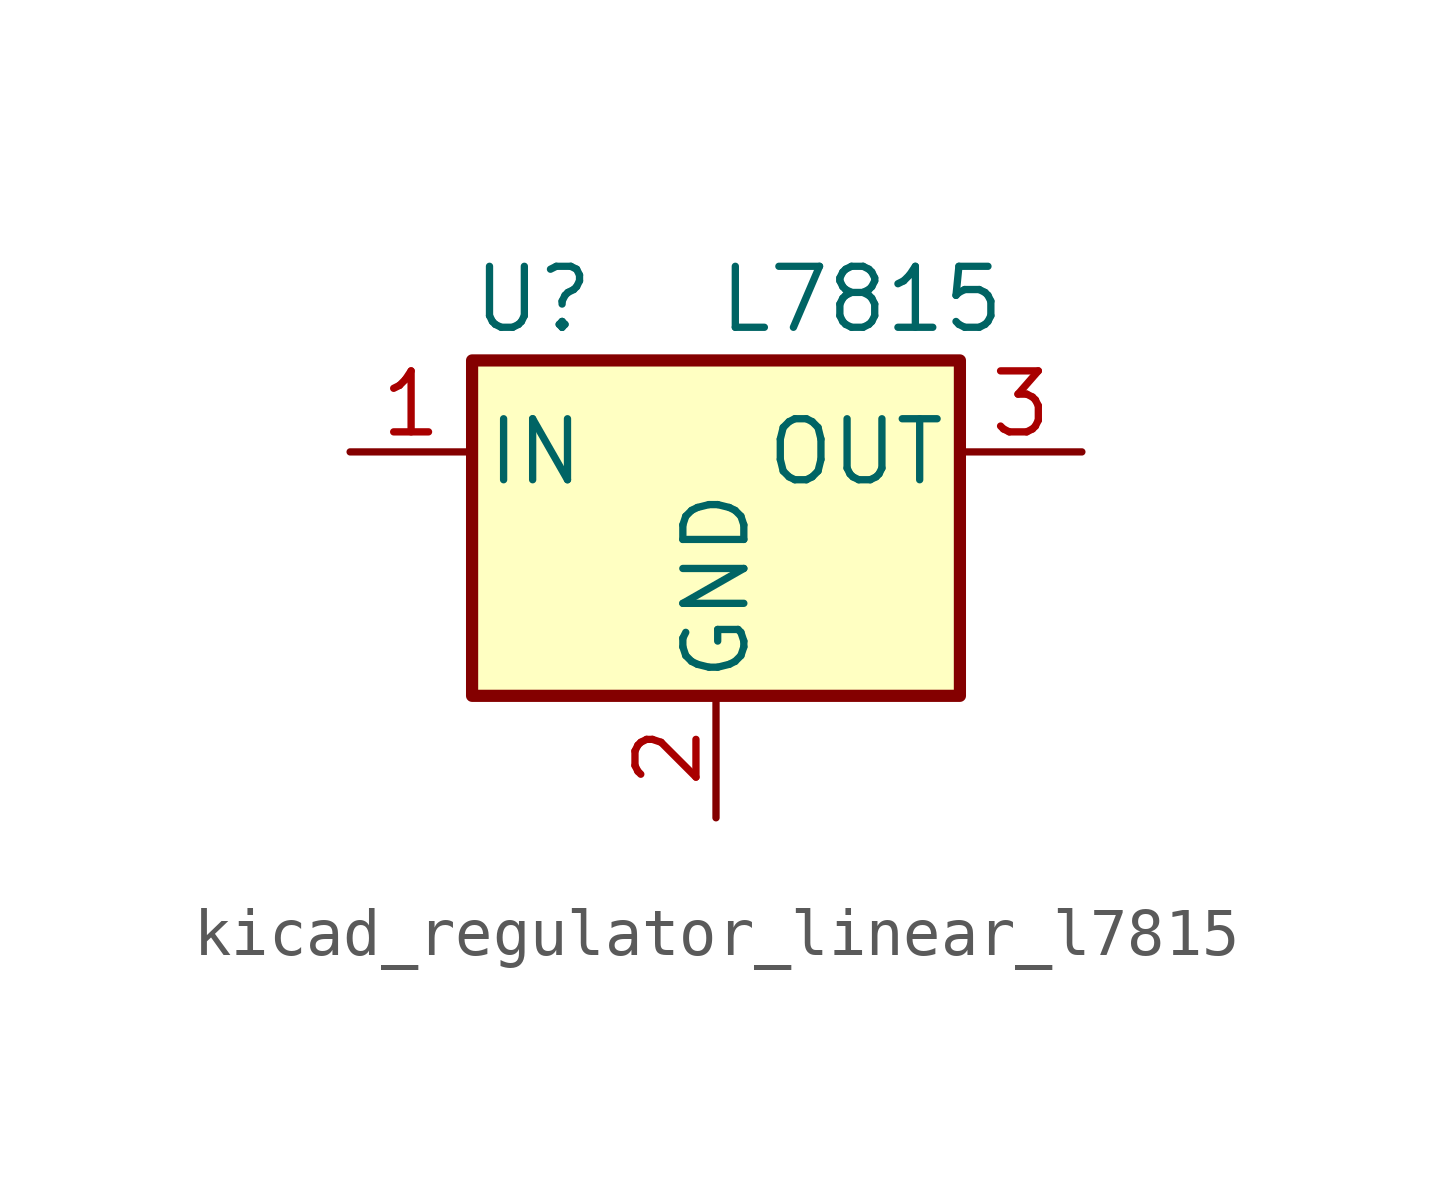
<source format=kicad_sym>
(kicad_symbol_lib
  (version 20220914)
  (generator kicad_symbol_editor)
  (symbol "kicad_regulator_linear_l7815"
    (pin_names
      (offset 0.254))
    (property "Reference" "U"
      (at -3.81 3.175 0)
      (effects (font (size 1.27 1.27))))
    (property "Value" "L7815"
      (at 0 3.175 0)
      (effects (font (size 1.27 1.27)) (justify left)))
    (symbol "kicad_regulator_linear_l7815_0_1"
      (rectangle (start -5.08 1.905) (end 5.08 -5.08) (stroke (width 0.254) (type default)) (fill (type background))))
    (symbol "kicad_regulator_linear_l7815_1_1"
      (pin power_in line (at -7.62 0 0) (length 2.54) (name "IN" (effects (font (size 1.27 1.27)))) (number "1" (effects (font (size 1.27 1.27)))))
      (pin power_in line (at 0 -7.62 90) (length 2.54) (name "GND" (effects (font (size 1.27 1.27)))) (number "2" (effects (font (size 1.27 1.27)))))
      (pin power_out line (at 7.62 0 180) (length 2.54) (name "OUT" (effects (font (size 1.27 1.27)))) (number "3" (effects (font (size 1.27 1.27))))))))
</source>
